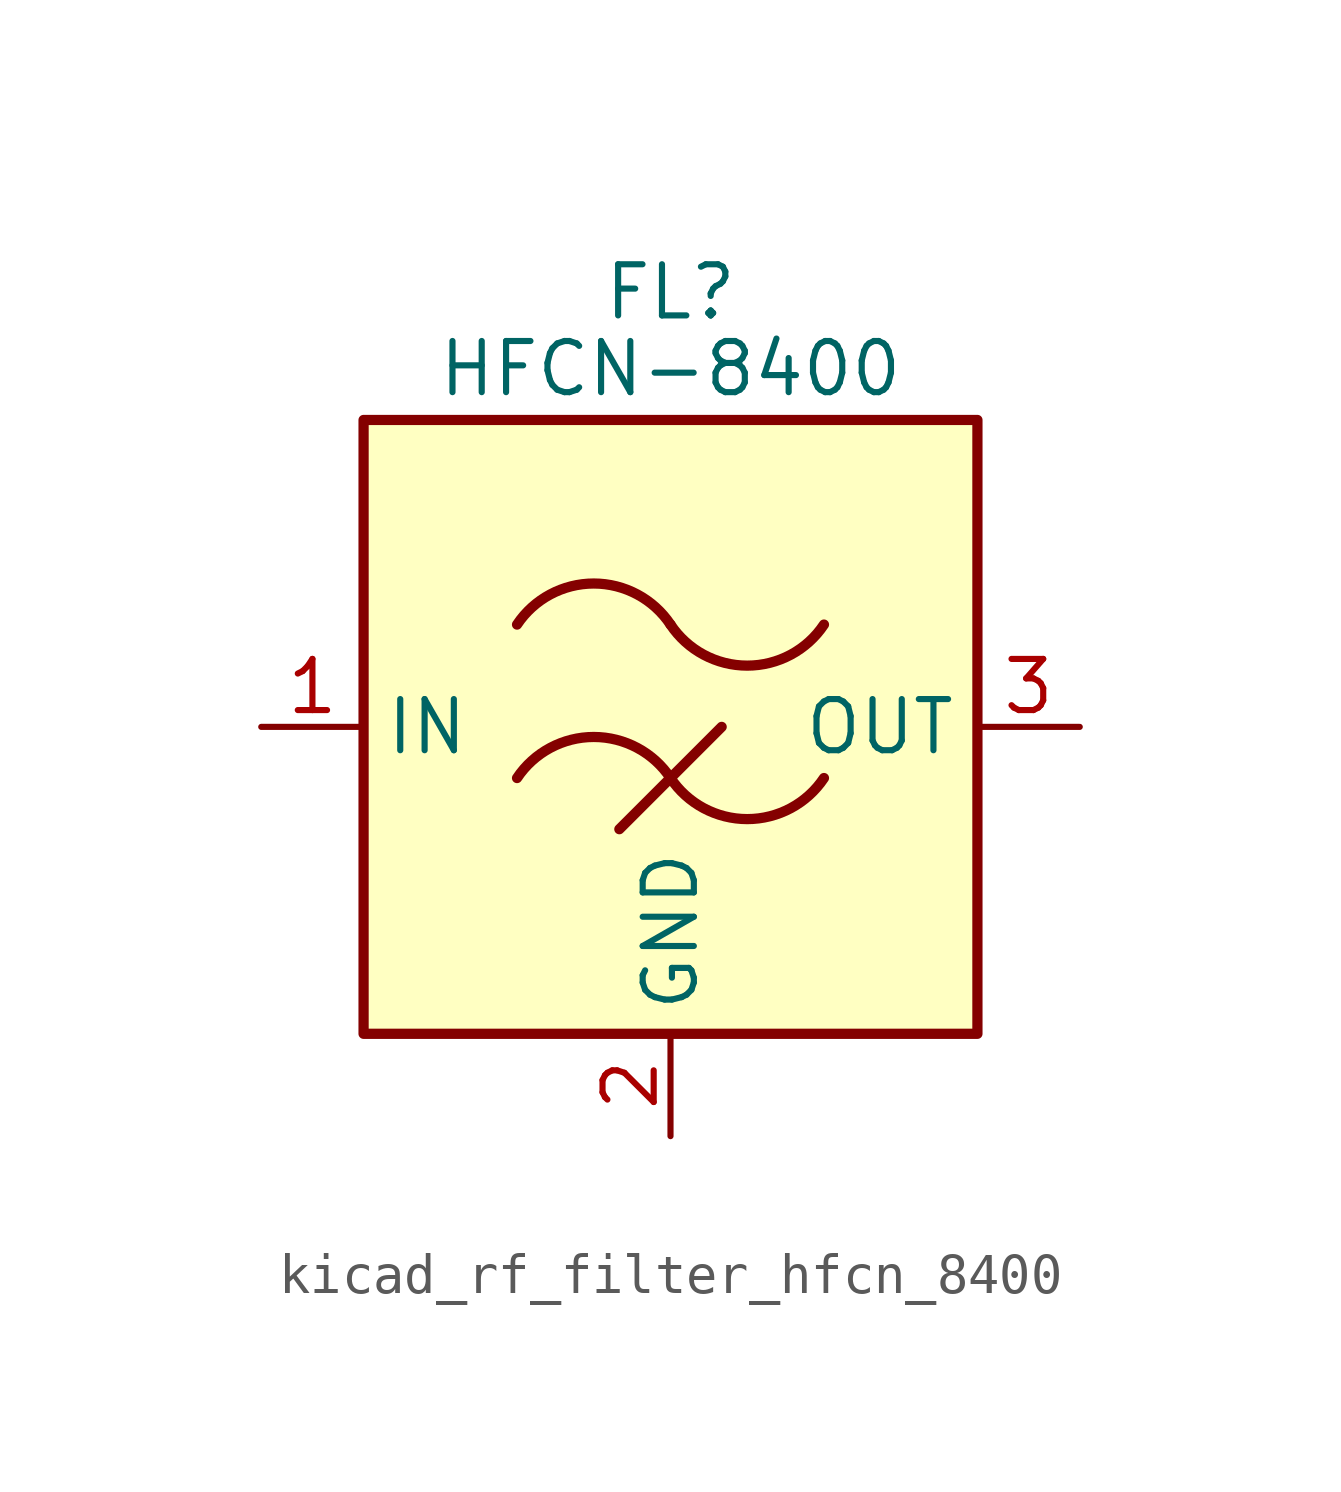
<source format=kicad_sym>
(kicad_symbol_lib
  (version 20220914)
  (generator kicad_symbol_editor)
  (symbol "kicad_rf_filter_hfcn_8400"
    (property "Reference" "FL"
      (at 0 10.795 0)
      (effects (font (size 1.27 1.27))))
    (property "Value" "HFCN-8400"
      (at 0 8.89 0)
      (effects (font (size 1.27 1.27))))
    (symbol "kicad_rf_filter_hfcn_8400_0_1"
      (rectangle (start -7.62 7.62) (end 7.62 -7.62) (stroke (width 0.254) (type default)) (fill (type background)))
      (arc (start 0 -1.27) (mid -1.905 -0.2505) (end -3.81 -1.27) (stroke (width 0.254) (type default)) (fill (type none)))
      (arc (start 0 -1.27) (mid 1.905 -2.2895) (end 3.81 -1.27) (stroke (width 0.254) (type default)) (fill (type none)))
      (polyline (pts (xy -1.27 -2.54) (xy 1.27 0)) (stroke (width 0.254) (type default)) (fill (type none)))
      (arc (start 0 2.54) (mid -1.905 3.5595) (end -3.81 2.54) (stroke (width 0.254) (type default)) (fill (type none)))
      (arc (start 0 2.54) (mid 1.905 1.5205) (end 3.81 2.54) (stroke (width 0.254) (type default)) (fill (type none))))
    (symbol "kicad_rf_filter_hfcn_8400_1_1"
      (pin passive line (at -10.16 0 0) (length 2.54) (name "IN" (effects (font (size 1.27 1.27)))) (number "1" (effects (font (size 1.27 1.27)))))
      (pin passive line (at 0 -10.16 90) (length 2.54) (name "GND" (effects (font (size 1.27 1.27)))) (number "2" (effects (font (size 1.27 1.27)))))
      (pin passive line (at 10.16 0 180) (length 2.54) (name "OUT" (effects (font (size 1.27 1.27)))) (number "3" (effects (font (size 1.27 1.27)))))
      (pin passive line (at 0 -10.16 90) (length 2.54) hide (name "GND" (effects (font (size 1.27 1.27)))) (number "4" (effects (font (size 1.27 1.27)))))
      (pin passive line (at 0 -10.16 90) (length 2.54) hide (name "GND" (effects (font (size 1.27 1.27)))) (number "5" (effects (font (size 1.27 1.27)))))
      (pin passive line (at 0 -10.16 90) (length 2.54) hide (name "GND" (effects (font (size 1.27 1.27)))) (number "6" (effects (font (size 1.27 1.27))))))))
</source>
